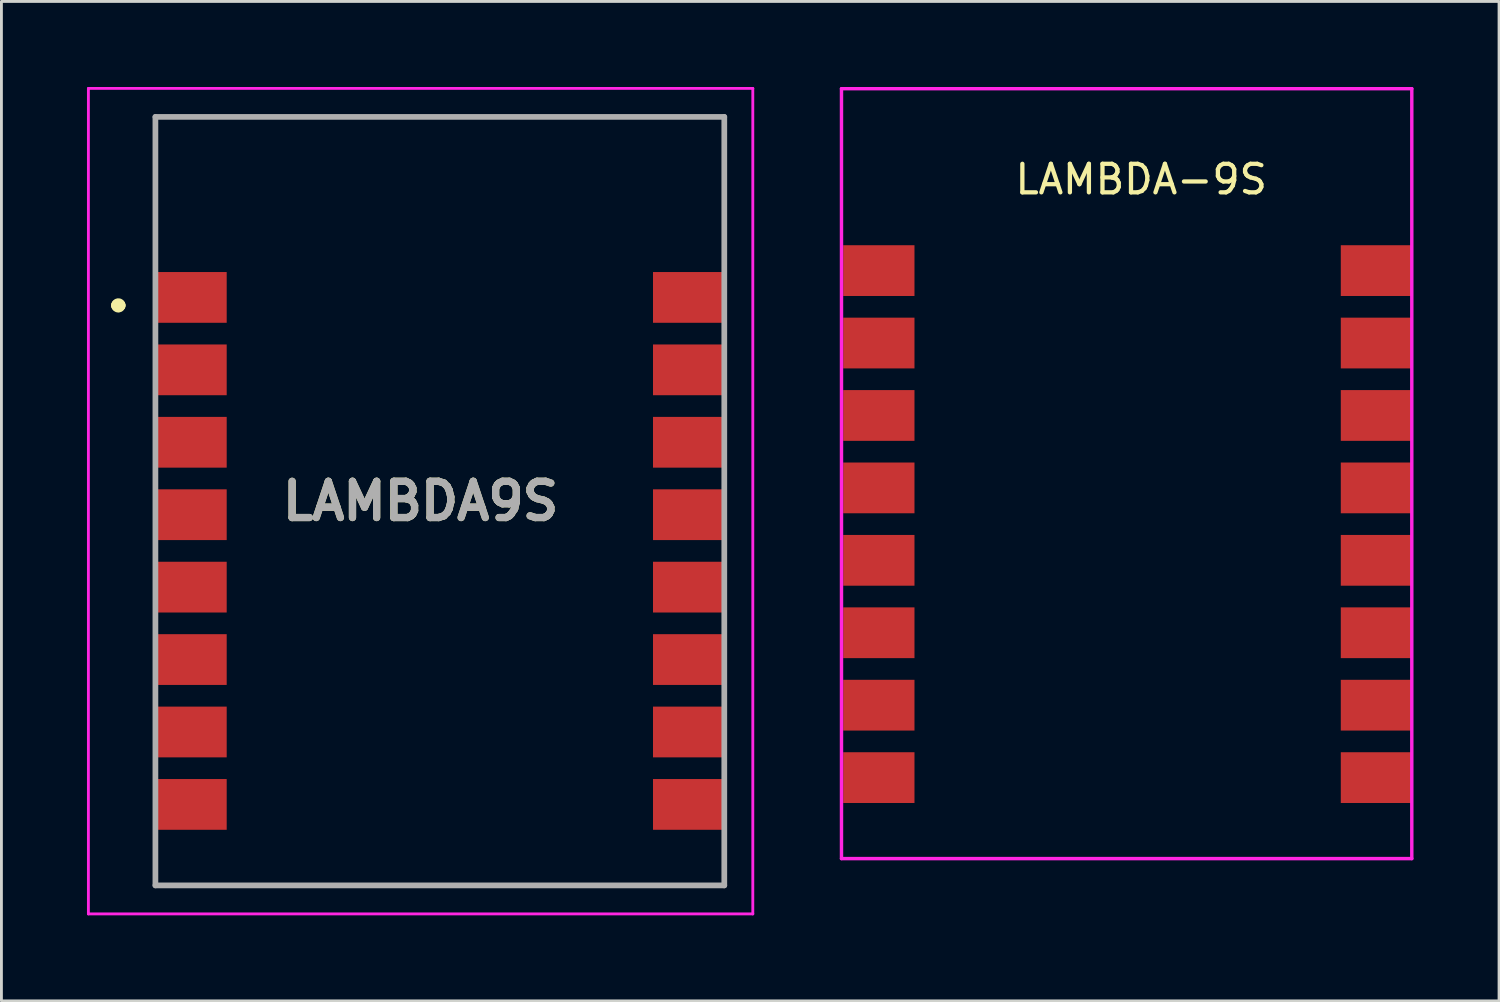
<source format=kicad_pcb>
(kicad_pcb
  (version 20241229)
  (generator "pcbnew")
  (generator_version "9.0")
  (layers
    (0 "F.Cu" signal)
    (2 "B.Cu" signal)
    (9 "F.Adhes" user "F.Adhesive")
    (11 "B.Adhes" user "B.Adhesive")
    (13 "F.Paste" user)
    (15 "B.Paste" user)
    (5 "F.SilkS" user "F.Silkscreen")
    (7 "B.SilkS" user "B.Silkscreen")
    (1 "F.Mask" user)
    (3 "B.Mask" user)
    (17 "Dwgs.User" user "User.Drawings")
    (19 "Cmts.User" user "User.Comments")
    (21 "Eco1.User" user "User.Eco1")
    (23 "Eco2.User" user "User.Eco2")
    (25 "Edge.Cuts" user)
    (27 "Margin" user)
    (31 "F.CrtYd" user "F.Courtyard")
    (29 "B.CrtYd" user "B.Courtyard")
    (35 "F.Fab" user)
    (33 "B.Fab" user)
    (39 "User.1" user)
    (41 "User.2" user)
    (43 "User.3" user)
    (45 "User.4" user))
  (footprint "LAMBDA9S"
    (layer "F.Cu")
    (at 11.7 14.525)
    (property "Reference" "LAMBDA9S" (at 0 0 0) (layer "F.SilkS") (effects (font (size 1.27 1.27) (thickness 0.254))))
    (attr smd)
    (fp_line (start -10.65 -6.865) (end -10.65 -6.865) (stroke (width 0.4) (type solid)) (layer "F.SilkS"))
    (fp_line (start -10.55 -6.865) (end -10.55 -6.865) (stroke (width 0.4) (type solid)) (layer "F.SilkS"))
    (fp_line (start -9.3 -13.475) (end 10.65 -13.475) (stroke (width 0.1) (type solid)) (layer "F.SilkS"))
    (fp_line (start -9.3 -9.685) (end -9.3 -13.475) (stroke (width 0.1) (type solid)) (layer "F.SilkS"))
    (fp_line (start -9.3 13.475) (end 10.65 13.475) (stroke (width 0.1) (type solid)) (layer "F.SilkS"))
    (fp_line (start 10.65 -13.475) (end 10.65 -9.685) (stroke (width 0.1) (type solid)) (layer "F.SilkS"))
    (fp_arc (start -10.65 -6.865) (mid -10.6 -6.915) (end -10.55 -6.865) (stroke (width 0.4) (type solid)) (layer "F.SilkS"))
    (fp_arc (start -10.55 -6.865) (mid -10.6 -6.815) (end -10.65 -6.865) (stroke (width 0.4) (type solid)) (layer "F.SilkS"))
    (fp_line (start -11.65 -14.475) (end 11.65 -14.475) (stroke (width 0.1) (type solid)) (layer "F.CrtYd"))
    (fp_line (start -11.65 14.475) (end -11.65 -14.475) (stroke (width 0.1) (type solid)) (layer "F.CrtYd"))
    (fp_line (start 11.65 -14.475) (end 11.65 14.475) (stroke (width 0.1) (type solid)) (layer "F.CrtYd"))
    (fp_line (start 11.65 14.475) (end -11.65 14.475) (stroke (width 0.1) (type solid)) (layer "F.CrtYd"))
    (fp_line (start -9.3 -13.475) (end 10.65 -13.475) (stroke (width 0.2) (type solid)) (layer "F.Fab"))
    (fp_line (start -9.3 13.475) (end -9.3 -13.475) (stroke (width 0.2) (type solid)) (layer "F.Fab"))
    (fp_line (start 10.65 -13.475) (end 10.65 13.475) (stroke (width 0.2) (type solid)) (layer "F.Fab"))
    (fp_line (start 10.65 13.475) (end -9.3 13.475) (stroke (width 0.2) (type solid)) (layer "F.Fab"))
    (fp_text user "${REFERENCE}" (at 0 0 0) (layer "F.Fab") (effects (font (size 1.27 1.27) (thickness 0.254))))
    (pad "1" smd rect (at -8.05 -7.145 90) (size 1.78 2.5) (layers "F.Cu" "F.Mask" "F.Paste"))
    (pad "2" smd rect (at -8.05 -4.605 90) (size 1.78 2.5) (layers "F.Cu" "F.Mask" "F.Paste"))
    (pad "3" smd rect (at -8.05 -2.065 90) (size 1.78 2.5) (layers "F.Cu" "F.Mask" "F.Paste"))
    (pad "4" smd rect (at -8.05 0.475 90) (size 1.78 2.5) (layers "F.Cu" "F.Mask" "F.Paste"))
    (pad "5" smd rect (at -8.05 3.015 90) (size 1.78 2.5) (layers "F.Cu" "F.Mask" "F.Paste"))
    (pad "6" smd rect (at -8.05 5.555 90) (size 1.78 2.5) (layers "F.Cu" "F.Mask" "F.Paste"))
    (pad "7" smd rect (at -8.05 8.095 90) (size 1.78 2.5) (layers "F.Cu" "F.Mask" "F.Paste"))
    (pad "8" smd rect (at -8.05 10.635 90) (size 1.78 2.5) (layers "F.Cu" "F.Mask" "F.Paste"))
    (pad "9" smd rect (at 9.4 10.635 90) (size 1.78 2.5) (layers "F.Cu" "F.Mask" "F.Paste"))
    (pad "10" smd rect (at 9.4 8.095 90) (size 1.78 2.5) (layers "F.Cu" "F.Mask" "F.Paste"))
    (pad "11" smd rect (at 9.4 5.555 90) (size 1.78 2.5) (layers "F.Cu" "F.Mask" "F.Paste"))
    (pad "12" smd rect (at 9.4 3.015 90) (size 1.78 2.5) (layers "F.Cu" "F.Mask" "F.Paste"))
    (pad "13" smd rect (at 9.4 0.475 90) (size 1.78 2.5) (layers "F.Cu" "F.Mask" "F.Paste"))
    (pad "14" smd rect (at 9.4 -2.065 90) (size 1.78 2.5) (layers "F.Cu" "F.Mask" "F.Paste"))
    (pad "15" smd rect (at 9.4 -4.605 90) (size 1.78 2.5) (layers "F.Cu" "F.Mask" "F.Paste"))
    (pad "16" smd rect (at 9.4 -7.145 90) (size 1.78 2.5) (layers "F.Cu" "F.Mask" "F.Paste")))
  (footprint "LAMBDA-9S"
    (layer "F.Cu")
    (at 27.77 6.44)
    (property "Reference" "LAMBDA-9S" (at 9.2 -3.2 0) (layer "F.SilkS") (effects (font (size 1 1) (thickness 0.15))))
    (attr through_hole)
    (fp_line (start -1.31 -6.38) (end -1.31 20.62) (stroke (width 0.12) (type solid)) (layer "F.CrtYd"))
    (fp_line (start -1.31 -6.38) (end 18.69 -6.38) (stroke (width 0.12) (type solid)) (layer "F.CrtYd"))
    (fp_line (start 18.69 20.62) (end -1.31 20.62) (stroke (width 0.12) (type solid)) (layer "F.CrtYd"))
    (fp_line (start 18.69 20.62) (end 18.69 -6.38) (stroke (width 0.12) (type solid)) (layer "F.CrtYd"))
    (pad "1" smd rect (at 0 0) (size 2.5 1.78) (layers "F.Cu" "F.Mask" "F.Paste"))
    (pad "2" smd rect (at 0 2.54) (size 2.5 1.78) (layers "F.Cu" "F.Mask" "F.Paste"))
    (pad "3" smd rect (at 0 5.08) (size 2.5 1.78) (layers "F.Cu" "F.Mask" "F.Paste"))
    (pad "4" smd rect (at 0 7.62) (size 2.5 1.78) (layers "F.Cu" "F.Mask" "F.Paste"))
    (pad "5" smd rect (at 0 10.16) (size 2.5 1.78) (layers "F.Cu" "F.Mask" "F.Paste"))
    (pad "6" smd rect (at 0 12.7) (size 2.5 1.78) (layers "F.Cu" "F.Mask" "F.Paste"))
    (pad "7" smd rect (at 0 15.24) (size 2.5 1.78) (layers "F.Cu" "F.Mask" "F.Paste"))
    (pad "8" smd rect (at 0 17.78) (size 2.5 1.78) (layers "F.Cu" "F.Mask" "F.Paste"))
    (pad "9" smd rect (at 17.45 17.78) (size 2.5 1.78) (layers "F.Cu" "F.Mask" "F.Paste"))
    (pad "10" smd rect (at 17.45 15.24) (size 2.5 1.78) (layers "F.Cu" "F.Mask" "F.Paste"))
    (pad "11" smd rect (at 17.45 12.7) (size 2.5 1.78) (layers "F.Cu" "F.Mask" "F.Paste"))
    (pad "12" smd rect (at 17.45 10.16) (size 2.5 1.78) (layers "F.Cu" "F.Mask" "F.Paste"))
    (pad "13" smd rect (at 17.45 7.62) (size 2.5 1.78) (layers "F.Cu" "F.Mask" "F.Paste"))
    (pad "14" smd rect (at 17.45 5.08) (size 2.5 1.78) (layers "F.Cu" "F.Mask" "F.Paste"))
    (pad "15" smd rect (at 17.45 2.54) (size 2.5 1.78) (layers "F.Cu" "F.Mask" "F.Paste"))
    (pad "16" smd rect (at 17.45 0) (size 2.5 1.78) (layers "F.Cu" "F.Mask" "F.Paste")))
  (gr_rect
    (start -3 -3)
    (end 49.52 32.05)
    (stroke (width 0.1) (type default))
    (fill no)
    (layer "Edge.Cuts")))
</source>
